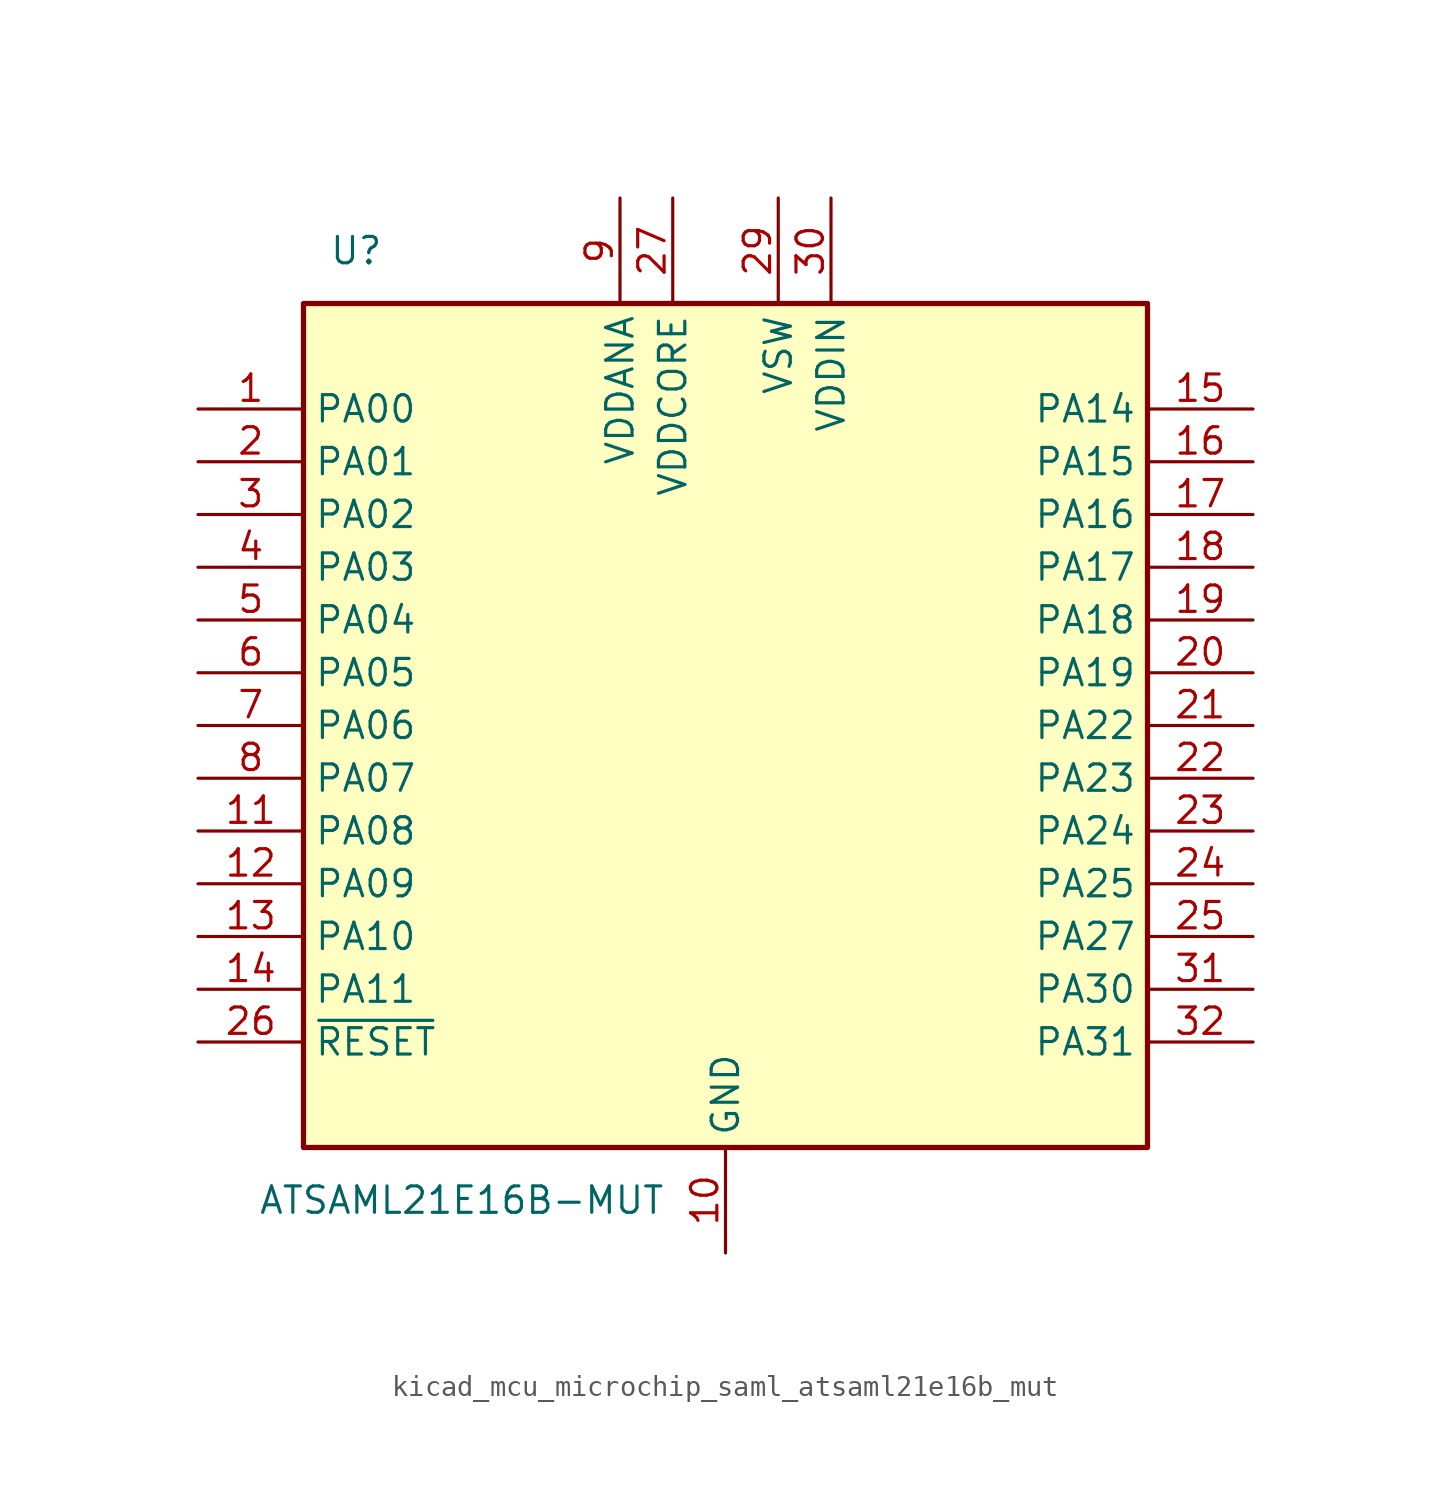
<source format=kicad_sym>
(kicad_symbol_lib
  (version 20220914)
  (generator kicad_symbol_editor)
  (symbol "kicad_mcu_microchip_saml_atsaml21e16b_mut"
    (property "Reference" "U"
      (at -17.78 22.86 0)
      (effects (font (size 1.27 1.27))))
    (property "Value" "ATSAML21E16B-MUT"
      (at -12.7 -22.86 0)
      (effects (font (size 1.27 1.27))))
    (symbol "kicad_mcu_microchip_saml_atsaml21e16b_mut_0_1"
      (rectangle (start -20.32 20.32) (end 20.32 -20.32) (stroke (width 0.254) (type default)) (fill (type background))))
    (symbol "kicad_mcu_microchip_saml_atsaml21e16b_mut_1_1"
      (pin bidirectional line (at -25.4 15.24 0) (length 5.08) (name "PA00" (effects (font (size 1.27 1.27)))) (number "1" (effects (font (size 1.27 1.27)))))
      (pin power_in line (at 0 -25.4 90) (length 5.08) (name "GND" (effects (font (size 1.27 1.27)))) (number "10" (effects (font (size 1.27 1.27)))))
      (pin bidirectional line (at -25.4 -5.08 0) (length 5.08) (name "PA08" (effects (font (size 1.27 1.27)))) (number "11" (effects (font (size 1.27 1.27)))))
      (pin bidirectional line (at -25.4 -7.62 0) (length 5.08) (name "PA09" (effects (font (size 1.27 1.27)))) (number "12" (effects (font (size 1.27 1.27)))))
      (pin bidirectional line (at -25.4 -10.16 0) (length 5.08) (name "PA10" (effects (font (size 1.27 1.27)))) (number "13" (effects (font (size 1.27 1.27)))))
      (pin bidirectional line (at -25.4 -12.7 0) (length 5.08) (name "PA11" (effects (font (size 1.27 1.27)))) (number "14" (effects (font (size 1.27 1.27)))))
      (pin bidirectional line (at 25.4 15.24 180) (length 5.08) (name "PA14" (effects (font (size 1.27 1.27)))) (number "15" (effects (font (size 1.27 1.27)))))
      (pin bidirectional line (at 25.4 12.7 180) (length 5.08) (name "PA15" (effects (font (size 1.27 1.27)))) (number "16" (effects (font (size 1.27 1.27)))))
      (pin bidirectional line (at 25.4 10.16 180) (length 5.08) (name "PA16" (effects (font (size 1.27 1.27)))) (number "17" (effects (font (size 1.27 1.27)))))
      (pin bidirectional line (at 25.4 7.62 180) (length 5.08) (name "PA17" (effects (font (size 1.27 1.27)))) (number "18" (effects (font (size 1.27 1.27)))))
      (pin bidirectional line (at 25.4 5.08 180) (length 5.08) (name "PA18" (effects (font (size 1.27 1.27)))) (number "19" (effects (font (size 1.27 1.27)))))
      (pin bidirectional line (at -25.4 12.7 0) (length 5.08) (name "PA01" (effects (font (size 1.27 1.27)))) (number "2" (effects (font (size 1.27 1.27)))))
      (pin bidirectional line (at 25.4 2.54 180) (length 5.08) (name "PA19" (effects (font (size 1.27 1.27)))) (number "20" (effects (font (size 1.27 1.27)))))
      (pin bidirectional line (at 25.4 0 180) (length 5.08) (name "PA22" (effects (font (size 1.27 1.27)))) (number "21" (effects (font (size 1.27 1.27)))))
      (pin bidirectional line (at 25.4 -2.54 180) (length 5.08) (name "PA23" (effects (font (size 1.27 1.27)))) (number "22" (effects (font (size 1.27 1.27)))))
      (pin bidirectional line (at 25.4 -5.08 180) (length 5.08) (name "PA24" (effects (font (size 1.27 1.27)))) (number "23" (effects (font (size 1.27 1.27)))))
      (pin bidirectional line (at 25.4 -7.62 180) (length 5.08) (name "PA25" (effects (font (size 1.27 1.27)))) (number "24" (effects (font (size 1.27 1.27)))))
      (pin bidirectional line (at 25.4 -10.16 180) (length 5.08) (name "PA27" (effects (font (size 1.27 1.27)))) (number "25" (effects (font (size 1.27 1.27)))))
      (pin input line (at -25.4 -15.24 0) (length 5.08) (name "~{RESET}" (effects (font (size 1.27 1.27)))) (number "26" (effects (font (size 1.27 1.27)))))
      (pin power_in line (at -2.54 25.4 270) (length 5.08) (name "VDDCORE" (effects (font (size 1.27 1.27)))) (number "27" (effects (font (size 1.27 1.27)))))
      (pin passive line (at 0 -25.4 90) (length 5.08) hide (name "GND" (effects (font (size 1.27 1.27)))) (number "28" (effects (font (size 1.27 1.27)))))
      (pin power_out line (at 2.54 25.4 270) (length 5.08) (name "VSW" (effects (font (size 1.27 1.27)))) (number "29" (effects (font (size 1.27 1.27)))))
      (pin bidirectional line (at -25.4 10.16 0) (length 5.08) (name "PA02" (effects (font (size 1.27 1.27)))) (number "3" (effects (font (size 1.27 1.27)))))
      (pin power_in line (at 5.08 25.4 270) (length 5.08) (name "VDDIN" (effects (font (size 1.27 1.27)))) (number "30" (effects (font (size 1.27 1.27)))))
      (pin bidirectional line (at 25.4 -12.7 180) (length 5.08) (name "PA30" (effects (font (size 1.27 1.27)))) (number "31" (effects (font (size 1.27 1.27)))))
      (pin bidirectional line (at 25.4 -15.24 180) (length 5.08) (name "PA31" (effects (font (size 1.27 1.27)))) (number "32" (effects (font (size 1.27 1.27)))))
      (pin bidirectional line (at -25.4 7.62 0) (length 5.08) (name "PA03" (effects (font (size 1.27 1.27)))) (number "4" (effects (font (size 1.27 1.27)))))
      (pin bidirectional line (at -25.4 5.08 0) (length 5.08) (name "PA04" (effects (font (size 1.27 1.27)))) (number "5" (effects (font (size 1.27 1.27)))))
      (pin bidirectional line (at -25.4 2.54 0) (length 5.08) (name "PA05" (effects (font (size 1.27 1.27)))) (number "6" (effects (font (size 1.27 1.27)))))
      (pin bidirectional line (at -25.4 0 0) (length 5.08) (name "PA06" (effects (font (size 1.27 1.27)))) (number "7" (effects (font (size 1.27 1.27)))))
      (pin bidirectional line (at -25.4 -2.54 0) (length 5.08) (name "PA07" (effects (font (size 1.27 1.27)))) (number "8" (effects (font (size 1.27 1.27)))))
      (pin power_in line (at -5.08 25.4 270) (length 5.08) (name "VDDANA" (effects (font (size 1.27 1.27)))) (number "9" (effects (font (size 1.27 1.27))))))))
</source>
